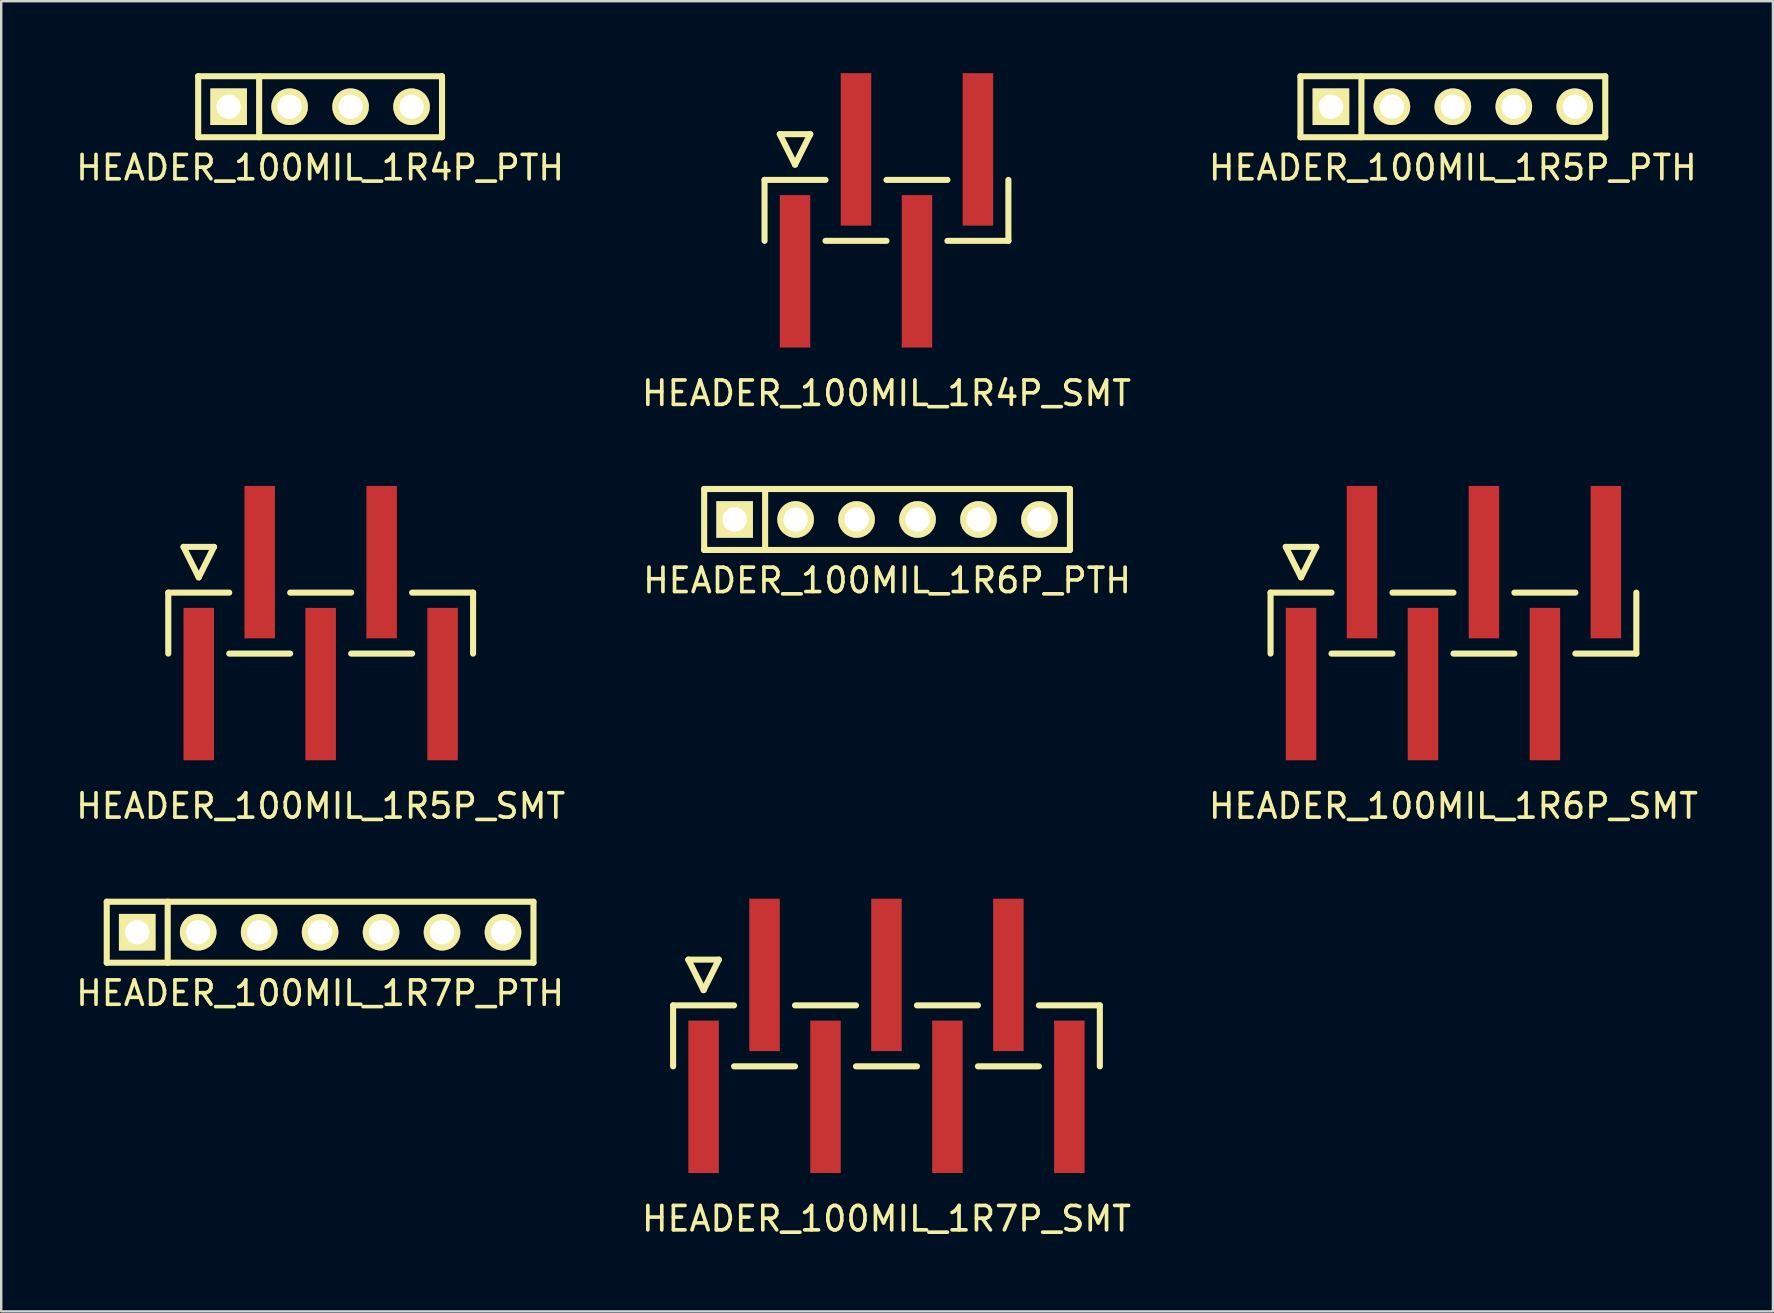
<source format=kicad_pcb>
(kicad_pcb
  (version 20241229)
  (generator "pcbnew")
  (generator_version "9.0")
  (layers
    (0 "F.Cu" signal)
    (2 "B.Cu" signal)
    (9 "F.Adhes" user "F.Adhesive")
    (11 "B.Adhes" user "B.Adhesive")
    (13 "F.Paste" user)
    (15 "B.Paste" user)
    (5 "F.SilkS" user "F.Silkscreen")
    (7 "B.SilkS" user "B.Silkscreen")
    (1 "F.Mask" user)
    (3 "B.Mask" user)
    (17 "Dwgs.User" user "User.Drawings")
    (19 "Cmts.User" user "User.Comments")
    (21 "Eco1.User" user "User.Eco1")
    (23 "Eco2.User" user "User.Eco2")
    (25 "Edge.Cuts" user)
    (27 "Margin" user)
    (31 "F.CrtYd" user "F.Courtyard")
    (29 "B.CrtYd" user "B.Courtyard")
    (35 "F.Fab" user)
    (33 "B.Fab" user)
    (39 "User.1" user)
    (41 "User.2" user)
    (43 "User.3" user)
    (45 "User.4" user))
  (footprint "HEADER_100MIL_1R4P_PTH"
    (layer "F.Cu")
    (at 10.287 1.397)
    (property "Reference" "HEADER_100MIL_1R4P_PTH" (at 0 2.54 0) (layer "F.SilkS") (effects (font (size 1.016 1.016) (thickness 0.152))))
    (attr through_hole)
    (fp_line (start -5.08 -1.27) (end 5.08 -1.27) (stroke (width 0.254) (type solid)) (layer "F.SilkS"))
    (fp_line (start -5.08 1.27) (end -5.08 -1.27) (stroke (width 0.254) (type solid)) (layer "F.SilkS"))
    (fp_line (start -5.08 1.27) (end 5.08 1.27) (stroke (width 0.254) (type solid)) (layer "F.SilkS"))
    (fp_line (start -2.54 -1.27) (end -2.54 1.27) (stroke (width 0.254) (type solid)) (layer "F.SilkS"))
    (fp_line (start 5.08 -1.27) (end 5.08 1.27) (stroke (width 0.254) (type solid)) (layer "F.SilkS"))
    (pad "1" thru_hole rect (at -3.81 0) (size 1.524 1.524) (drill 1.016) (layers "*.Cu" "*.Mask" "F.SilkS"))
    (pad "2" thru_hole circle (at -1.27 0) (size 1.524 1.524) (drill 1.016) (layers "*.Cu" "*.Mask" "F.SilkS"))
    (pad "3" thru_hole circle (at 1.27 0) (size 1.524 1.524) (drill 1.016) (layers "*.Cu" "*.Mask" "F.SilkS"))
    (pad "4" thru_hole circle (at 3.81 0) (size 1.524 1.524) (drill 1.016) (layers "*.Cu" "*.Mask" "F.SilkS")))
  (footprint "HEADER_100MIL_1R5P_PTH"
    (layer "F.Cu")
    (at 57.483 1.397)
    (property "Reference" "HEADER_100MIL_1R5P_PTH" (at 0 2.54 0) (layer "F.SilkS") (effects (font (size 1.016 1.016) (thickness 0.152))))
    (attr through_hole)
    (fp_line (start -6.35 -1.27) (end 6.35 -1.27) (stroke (width 0.254) (type solid)) (layer "F.SilkS"))
    (fp_line (start -6.35 1.27) (end -6.35 -1.27) (stroke (width 0.254) (type solid)) (layer "F.SilkS"))
    (fp_line (start -3.81 -1.27) (end -3.81 1.27) (stroke (width 0.254) (type solid)) (layer "F.SilkS"))
    (fp_line (start 6.35 -1.27) (end 6.35 1.27) (stroke (width 0.254) (type solid)) (layer "F.SilkS"))
    (fp_line (start 6.35 1.27) (end -6.35 1.27) (stroke (width 0.254) (type solid)) (layer "F.SilkS"))
    (pad "1" thru_hole rect (at -5.08 0) (size 1.524 1.524) (drill 1.016) (layers "*.Cu" "*.Mask" "F.SilkS"))
    (pad "2" thru_hole circle (at -2.54 0) (size 1.524 1.524) (drill 1.016) (layers "*.Cu" "*.Mask" "F.SilkS"))
    (pad "3" thru_hole circle (at 0 0) (size 1.524 1.524) (drill 1.016) (layers "*.Cu" "*.Mask" "F.SilkS"))
    (pad "4" thru_hole circle (at 2.54 0) (size 1.524 1.524) (drill 1.016) (layers "*.Cu" "*.Mask" "F.SilkS"))
    (pad "5" thru_hole circle (at 5.08 0) (size 1.524 1.524) (drill 1.016) (layers "*.Cu" "*.Mask" "F.SilkS")))
  (footprint "HEADER_100MIL_1R7P_SMT"
    (layer "F.Cu")
    (at 33.885 40.109)
    (property "Reference" "HEADER_100MIL_1R7P_SMT" (at 0 7.62 0) (layer "F.SilkS") (effects (font (size 1.016 1.016) (thickness 0.152))))
    (attr through_hole)
    (fp_line (start -8.89 -1.27) (end -6.35 -1.27) (stroke (width 0.254) (type solid)) (layer "F.SilkS"))
    (fp_line (start -8.89 1.27) (end -8.89 -1.27) (stroke (width 0.254) (type solid)) (layer "F.SilkS"))
    (fp_line (start -8.255 -3.175) (end -7.62 -1.905) (stroke (width 0.254) (type solid)) (layer "F.SilkS"))
    (fp_line (start -7.62 -1.905) (end -6.985 -3.175) (stroke (width 0.254) (type solid)) (layer "F.SilkS"))
    (fp_line (start -6.985 -3.175) (end -8.255 -3.175) (stroke (width 0.254) (type solid)) (layer "F.SilkS"))
    (fp_line (start -3.81 -1.27) (end -1.27 -1.27) (stroke (width 0.254) (type solid)) (layer "F.SilkS"))
    (fp_line (start -3.81 1.27) (end -6.35 1.27) (stroke (width 0.254) (type solid)) (layer "F.SilkS"))
    (fp_line (start 1.27 -1.27) (end 3.81 -1.27) (stroke (width 0.254) (type solid)) (layer "F.SilkS"))
    (fp_line (start 1.27 1.27) (end -1.27 1.27) (stroke (width 0.254) (type solid)) (layer "F.SilkS"))
    (fp_line (start 6.35 -1.27) (end 8.89 -1.27) (stroke (width 0.254) (type solid)) (layer "F.SilkS"))
    (fp_line (start 6.35 1.27) (end 3.81 1.27) (stroke (width 0.254) (type solid)) (layer "F.SilkS"))
    (fp_line (start 8.89 -1.27) (end 8.89 1.27) (stroke (width 0.254) (type solid)) (layer "F.SilkS"))
    (pad "1" smd rect (at -7.62 2.54) (size 1.27 6.35) (layers "F.Cu" "F.Mask" "F.Paste"))
    (pad "2" smd rect (at -5.08 -2.54) (size 1.27 6.35) (layers "F.Cu" "F.Mask" "F.Paste"))
    (pad "3" smd rect (at -2.54 2.54) (size 1.27 6.35) (layers "F.Cu" "F.Mask" "F.Paste"))
    (pad "4" smd rect (at 0 -2.54) (size 1.27 6.35) (layers "F.Cu" "F.Mask" "F.Paste"))
    (pad "5" smd rect (at 2.54 2.54) (size 1.27 6.35) (layers "F.Cu" "F.Mask" "F.Paste"))
    (pad "6" smd rect (at 5.08 -2.54) (size 1.27 6.35) (layers "F.Cu" "F.Mask" "F.Paste"))
    (pad "7" smd rect (at 7.62 2.54) (size 1.27 6.35) (layers "F.Cu" "F.Mask" "F.Paste")))
  (footprint "HEADER_100MIL_1R6P_SMT"
    (layer "F.Cu")
    (at 57.508 22.912)
    (property "Reference" "HEADER_100MIL_1R6P_SMT" (at 0 7.62 0) (layer "F.SilkS") (effects (font (size 1.016 1.016) (thickness 0.152))))
    (attr through_hole)
    (fp_line (start -7.62 -1.27) (end -5.08 -1.27) (stroke (width 0.254) (type solid)) (layer "F.SilkS"))
    (fp_line (start -7.62 1.27) (end -7.62 -1.27) (stroke (width 0.254) (type solid)) (layer "F.SilkS"))
    (fp_line (start -6.985 -3.175) (end -6.35 -1.905) (stroke (width 0.254) (type solid)) (layer "F.SilkS"))
    (fp_line (start -6.35 -1.905) (end -5.715 -3.175) (stroke (width 0.254) (type solid)) (layer "F.SilkS"))
    (fp_line (start -5.715 -3.175) (end -6.985 -3.175) (stroke (width 0.254) (type solid)) (layer "F.SilkS"))
    (fp_line (start -2.54 -1.27) (end 0 -1.27) (stroke (width 0.254) (type solid)) (layer "F.SilkS"))
    (fp_line (start -2.54 1.27) (end -5.08 1.27) (stroke (width 0.254) (type solid)) (layer "F.SilkS"))
    (fp_line (start 2.54 -1.27) (end 5.08 -1.27) (stroke (width 0.254) (type solid)) (layer "F.SilkS"))
    (fp_line (start 2.54 1.27) (end 0 1.27) (stroke (width 0.254) (type solid)) (layer "F.SilkS"))
    (fp_line (start 7.62 -1.27) (end 7.62 1.27) (stroke (width 0.254) (type solid)) (layer "F.SilkS"))
    (fp_line (start 7.62 1.27) (end 5.08 1.27) (stroke (width 0.254) (type solid)) (layer "F.SilkS"))
    (pad "1" smd rect (at -6.35 2.54) (size 1.27 6.35) (layers "F.Cu" "F.Mask" "F.Paste"))
    (pad "2" smd rect (at -3.81 -2.54) (size 1.27 6.35) (layers "F.Cu" "F.Mask" "F.Paste"))
    (pad "3" smd rect (at -1.27 2.54) (size 1.27 6.35) (layers "F.Cu" "F.Mask" "F.Paste"))
    (pad "4" smd rect (at 1.27 -2.54) (size 1.27 6.35) (layers "F.Cu" "F.Mask" "F.Paste"))
    (pad "5" smd rect (at 3.81 2.54) (size 1.27 6.35) (layers "F.Cu" "F.Mask" "F.Paste"))
    (pad "6" smd rect (at 6.35 -2.54) (size 1.27 6.35) (layers "F.Cu" "F.Mask" "F.Paste")))
  (footprint "HEADER_100MIL_1R4P_SMT"
    (layer "F.Cu")
    (at 33.885 5.715)
    (property "Reference" "HEADER_100MIL_1R4P_SMT" (at 0 7.62 0) (layer "F.SilkS") (effects (font (size 1.016 1.016) (thickness 0.152))))
    (attr through_hole)
    (fp_line (start -5.08 -1.27) (end -2.54 -1.27) (stroke (width 0.254) (type solid)) (layer "F.SilkS"))
    (fp_line (start -5.08 1.27) (end -5.08 -1.27) (stroke (width 0.254) (type solid)) (layer "F.SilkS"))
    (fp_line (start -4.445 -3.175) (end -3.81 -1.905) (stroke (width 0.254) (type solid)) (layer "F.SilkS"))
    (fp_line (start -3.81 -1.905) (end -3.175 -3.175) (stroke (width 0.254) (type solid)) (layer "F.SilkS"))
    (fp_line (start -3.175 -3.175) (end -4.445 -3.175) (stroke (width 0.254) (type solid)) (layer "F.SilkS"))
    (fp_line (start 0 -1.27) (end 2.54 -1.27) (stroke (width 0.254) (type solid)) (layer "F.SilkS"))
    (fp_line (start 0 1.27) (end -2.54 1.27) (stroke (width 0.254) (type solid)) (layer "F.SilkS"))
    (fp_line (start 5.08 -1.27) (end 5.08 1.27) (stroke (width 0.254) (type solid)) (layer "F.SilkS"))
    (fp_line (start 5.08 1.27) (end 2.54 1.27) (stroke (width 0.254) (type solid)) (layer "F.SilkS"))
    (pad "1" smd rect (at -3.81 2.54) (size 1.27 6.35) (layers "F.Cu" "F.Mask" "F.Paste"))
    (pad "2" smd rect (at -1.27 -2.54) (size 1.27 6.35) (layers "F.Cu" "F.Mask" "F.Paste"))
    (pad "3" smd rect (at 1.27 2.54) (size 1.27 6.35) (layers "F.Cu" "F.Mask" "F.Paste"))
    (pad "4" smd rect (at 3.81 -2.54) (size 1.27 6.35) (layers "F.Cu" "F.Mask" "F.Paste")))
  (footprint "HEADER_100MIL_1R5P_SMT"
    (layer "F.Cu")
    (at 10.311 22.912)
    (property "Reference" "HEADER_100MIL_1R5P_SMT" (at 0 7.62 0) (layer "F.SilkS") (effects (font (size 1.016 1.016) (thickness 0.152))))
    (attr through_hole)
    (fp_line (start -6.35 -1.27) (end -3.81 -1.27) (stroke (width 0.254) (type solid)) (layer "F.SilkS"))
    (fp_line (start -6.35 1.27) (end -6.35 -1.27) (stroke (width 0.254) (type solid)) (layer "F.SilkS"))
    (fp_line (start -5.715 -3.175) (end -5.08 -1.905) (stroke (width 0.254) (type solid)) (layer "F.SilkS"))
    (fp_line (start -5.08 -1.905) (end -4.445 -3.175) (stroke (width 0.254) (type solid)) (layer "F.SilkS"))
    (fp_line (start -4.445 -3.175) (end -5.715 -3.175) (stroke (width 0.254) (type solid)) (layer "F.SilkS"))
    (fp_line (start -1.27 -1.27) (end 1.27 -1.27) (stroke (width 0.254) (type solid)) (layer "F.SilkS"))
    (fp_line (start -1.27 1.27) (end -3.81 1.27) (stroke (width 0.254) (type solid)) (layer "F.SilkS"))
    (fp_line (start 3.81 -1.27) (end 6.35 -1.27) (stroke (width 0.254) (type solid)) (layer "F.SilkS"))
    (fp_line (start 3.81 1.27) (end 1.27 1.27) (stroke (width 0.254) (type solid)) (layer "F.SilkS"))
    (fp_line (start 6.35 -1.27) (end 6.35 1.27) (stroke (width 0.254) (type solid)) (layer "F.SilkS"))
    (pad "1" smd rect (at -5.08 2.54) (size 1.27 6.35) (layers "F.Cu" "F.Mask" "F.Paste"))
    (pad "2" smd rect (at -2.54 -2.54) (size 1.27 6.35) (layers "F.Cu" "F.Mask" "F.Paste"))
    (pad "3" smd rect (at 0 2.54) (size 1.27 6.35) (layers "F.Cu" "F.Mask" "F.Paste"))
    (pad "4" smd rect (at 2.54 -2.54) (size 1.27 6.35) (layers "F.Cu" "F.Mask" "F.Paste"))
    (pad "5" smd rect (at 5.08 2.54) (size 1.27 6.35) (layers "F.Cu" "F.Mask" "F.Paste")))
  (footprint "HEADER_100MIL_1R7P_PTH"
    (layer "F.Cu")
    (at 10.287 35.791)
    (property "Reference" "HEADER_100MIL_1R7P_PTH" (at 0 2.54 0) (layer "F.SilkS") (effects (font (size 1.016 1.016) (thickness 0.152))))
    (attr through_hole)
    (fp_line (start -8.89 1.27) (end -8.89 -1.27) (stroke (width 0.254) (type solid)) (layer "F.SilkS"))
    (fp_line (start -8.89 1.27) (end 8.89 1.27) (stroke (width 0.254) (type solid)) (layer "F.SilkS"))
    (fp_line (start -6.35 -1.27) (end -6.35 1.27) (stroke (width 0.254) (type solid)) (layer "F.SilkS"))
    (fp_line (start 8.89 -1.27) (end -8.89 -1.27) (stroke (width 0.254) (type solid)) (layer "F.SilkS"))
    (fp_line (start 8.89 -1.27) (end 8.89 1.27) (stroke (width 0.254) (type solid)) (layer "F.SilkS"))
    (pad "1" thru_hole rect (at -7.62 0) (size 1.524 1.524) (drill 1.016) (layers "*.Cu" "*.Mask" "F.SilkS"))
    (pad "2" thru_hole circle (at -5.08 0) (size 1.524 1.524) (drill 1.016) (layers "*.Cu" "*.Mask" "F.SilkS"))
    (pad "3" thru_hole circle (at -2.54 0) (size 1.524 1.524) (drill 1.016) (layers "*.Cu" "*.Mask" "F.SilkS"))
    (pad "4" thru_hole circle (at 0 0) (size 1.524 1.524) (drill 1.016) (layers "*.Cu" "*.Mask" "F.SilkS"))
    (pad "5" thru_hole circle (at 2.54 0) (size 1.524 1.524) (drill 1.016) (layers "*.Cu" "*.Mask" "F.SilkS"))
    (pad "6" thru_hole circle (at 5.08 0) (size 1.524 1.524) (drill 1.016) (layers "*.Cu" "*.Mask" "F.SilkS"))
    (pad "7" thru_hole circle (at 7.62 0) (size 1.524 1.524) (drill 1.016) (layers "*.Cu" "*.Mask" "F.SilkS")))
  (footprint "HEADER_100MIL_1R6P_PTH"
    (layer "F.Cu")
    (at 33.909 18.594)
    (property "Reference" "HEADER_100MIL_1R6P_PTH" (at 0 2.54 0) (layer "F.SilkS") (effects (font (size 1.016 1.016) (thickness 0.152))))
    (attr through_hole)
    (fp_line (start -7.62 -1.27) (end 7.62 -1.27) (stroke (width 0.254) (type solid)) (layer "F.SilkS"))
    (fp_line (start -7.62 1.27) (end -7.62 -1.27) (stroke (width 0.254) (type solid)) (layer "F.SilkS"))
    (fp_line (start -5.08 -1.27) (end -5.08 1.27) (stroke (width 0.254) (type solid)) (layer "F.SilkS"))
    (fp_line (start 7.62 -1.27) (end 7.62 1.27) (stroke (width 0.254) (type solid)) (layer "F.SilkS"))
    (fp_line (start 7.62 1.27) (end -7.62 1.27) (stroke (width 0.254) (type solid)) (layer "F.SilkS"))
    (pad "1" thru_hole rect (at -6.35 0) (size 1.524 1.524) (drill 1.016) (layers "*.Cu" "*.Mask" "F.SilkS"))
    (pad "2" thru_hole circle (at -3.81 0) (size 1.524 1.524) (drill 1.016) (layers "*.Cu" "*.Mask" "F.SilkS"))
    (pad "3" thru_hole circle (at -1.27 0) (size 1.524 1.524) (drill 1.016) (layers "*.Cu" "*.Mask" "F.SilkS"))
    (pad "4" thru_hole circle (at 1.27 0) (size 1.524 1.524) (drill 1.016) (layers "*.Cu" "*.Mask" "F.SilkS"))
    (pad "5" thru_hole circle (at 3.81 0) (size 1.524 1.524) (drill 1.016) (layers "*.Cu" "*.Mask" "F.SilkS"))
    (pad "6" thru_hole circle (at 6.35 0) (size 1.524 1.524) (drill 1.016) (layers "*.Cu" "*.Mask" "F.SilkS")))
  (gr_rect
    (start -3 -3)
    (end 70.819 51.59)
    (stroke (width 0.1) (type default))
    (fill no)
    (layer "Edge.Cuts")))
</source>
